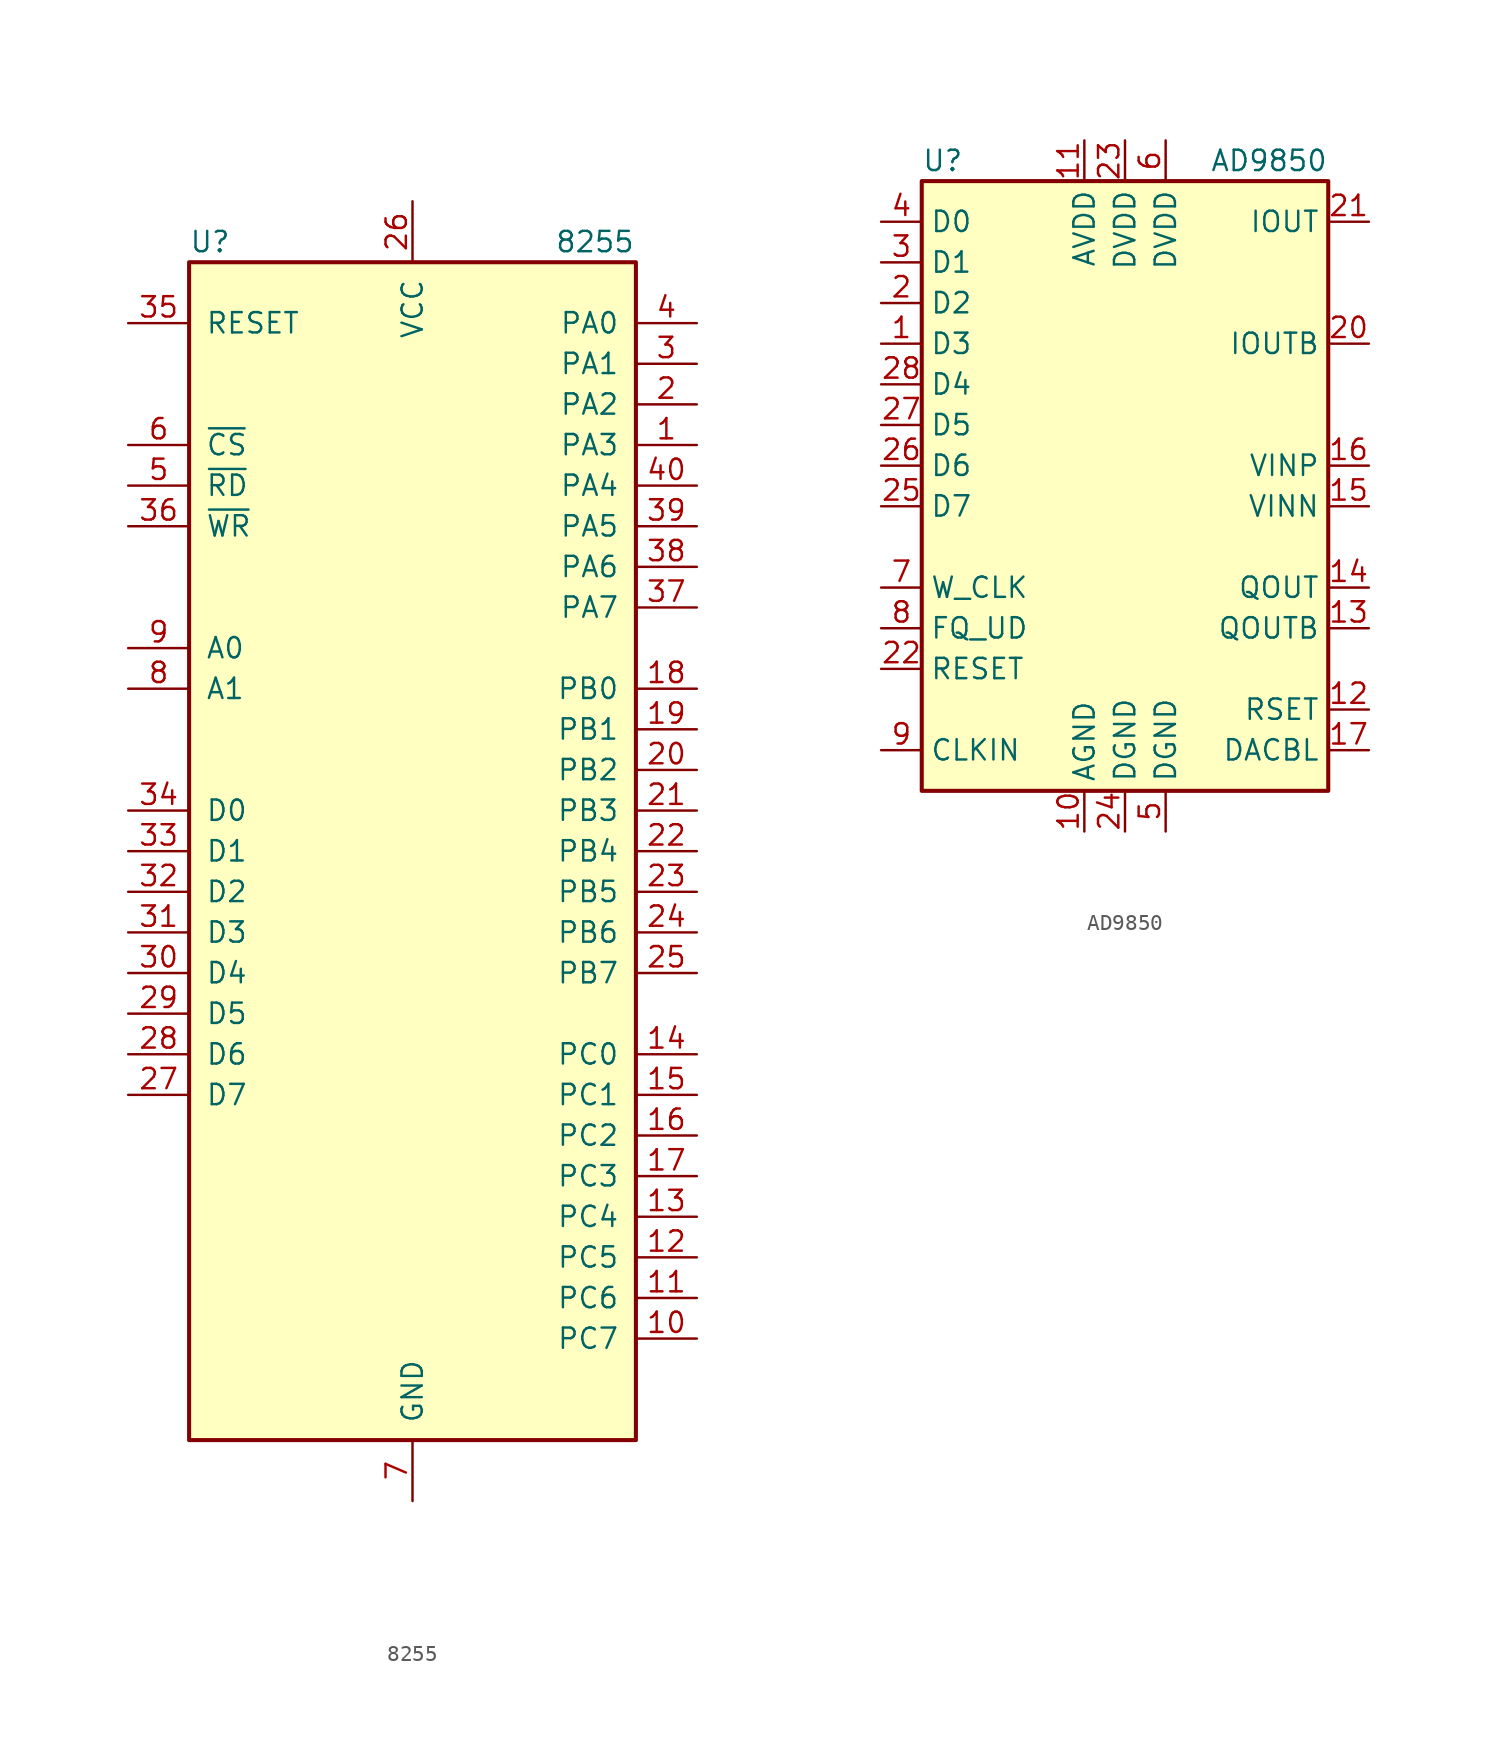
<source format=kicad_sym>
(kicad_symbol_lib
  (version 20201005)
  (generator kicad_symbol_editor)
  (symbol "8255"
    (pin_names
      (offset 1.016))
    (property "Reference" "U"
      (at -13.97 38.1 0)
      (effects (font (size 1.27 1.27)) (justify left)))
    (property "Value" "8255"
      (at 8.89 38.1 0)
      (effects (font (size 1.27 1.27)) (justify left)))
    (symbol "8255_1_1"
      (rectangle (start -13.97 -36.83) (end 13.97 36.83) (stroke (width 0.254)) (fill (type background)))
      (pin bidirectional line (at 17.78 25.4 180) (length 3.81) (name "PA3" (effects (font (size 1.27 1.27)))) (number "1" (effects (font (size 1.27 1.27)))))
      (pin bidirectional line (at 17.78 -30.48 180) (length 3.81) (name "PC7" (effects (font (size 1.27 1.27)))) (number "10" (effects (font (size 1.27 1.27)))))
      (pin bidirectional line (at 17.78 -27.94 180) (length 3.81) (name "PC6" (effects (font (size 1.27 1.27)))) (number "11" (effects (font (size 1.27 1.27)))))
      (pin bidirectional line (at 17.78 -25.4 180) (length 3.81) (name "PC5" (effects (font (size 1.27 1.27)))) (number "12" (effects (font (size 1.27 1.27)))))
      (pin bidirectional line (at 17.78 -22.86 180) (length 3.81) (name "PC4" (effects (font (size 1.27 1.27)))) (number "13" (effects (font (size 1.27 1.27)))))
      (pin bidirectional line (at 17.78 -12.7 180) (length 3.81) (name "PC0" (effects (font (size 1.27 1.27)))) (number "14" (effects (font (size 1.27 1.27)))))
      (pin bidirectional line (at 17.78 -15.24 180) (length 3.81) (name "PC1" (effects (font (size 1.27 1.27)))) (number "15" (effects (font (size 1.27 1.27)))))
      (pin bidirectional line (at 17.78 -17.78 180) (length 3.81) (name "PC2" (effects (font (size 1.27 1.27)))) (number "16" (effects (font (size 1.27 1.27)))))
      (pin bidirectional line (at 17.78 -20.32 180) (length 3.81) (name "PC3" (effects (font (size 1.27 1.27)))) (number "17" (effects (font (size 1.27 1.27)))))
      (pin bidirectional line (at 17.78 10.16 180) (length 3.81) (name "PB0" (effects (font (size 1.27 1.27)))) (number "18" (effects (font (size 1.27 1.27)))))
      (pin bidirectional line (at 17.78 7.62 180) (length 3.81) (name "PB1" (effects (font (size 1.27 1.27)))) (number "19" (effects (font (size 1.27 1.27)))))
      (pin bidirectional line (at 17.78 27.94 180) (length 3.81) (name "PA2" (effects (font (size 1.27 1.27)))) (number "2" (effects (font (size 1.27 1.27)))))
      (pin bidirectional line (at 17.78 5.08 180) (length 3.81) (name "PB2" (effects (font (size 1.27 1.27)))) (number "20" (effects (font (size 1.27 1.27)))))
      (pin bidirectional line (at 17.78 2.54 180) (length 3.81) (name "PB3" (effects (font (size 1.27 1.27)))) (number "21" (effects (font (size 1.27 1.27)))))
      (pin bidirectional line (at 17.78 0 180) (length 3.81) (name "PB4" (effects (font (size 1.27 1.27)))) (number "22" (effects (font (size 1.27 1.27)))))
      (pin bidirectional line (at 17.78 -2.54 180) (length 3.81) (name "PB5" (effects (font (size 1.27 1.27)))) (number "23" (effects (font (size 1.27 1.27)))))
      (pin bidirectional line (at 17.78 -5.08 180) (length 3.81) (name "PB6" (effects (font (size 1.27 1.27)))) (number "24" (effects (font (size 1.27 1.27)))))
      (pin bidirectional line (at 17.78 -7.62 180) (length 3.81) (name "PB7" (effects (font (size 1.27 1.27)))) (number "25" (effects (font (size 1.27 1.27)))))
      (pin power_in line (at 0 40.64 270) (length 3.81) (name "VCC" (effects (font (size 1.27 1.27)))) (number "26" (effects (font (size 1.27 1.27)))))
      (pin bidirectional line (at -17.78 -15.24 0) (length 3.81) (name "D7" (effects (font (size 1.27 1.27)))) (number "27" (effects (font (size 1.27 1.27)))))
      (pin bidirectional line (at -17.78 -12.7 0) (length 3.81) (name "D6" (effects (font (size 1.27 1.27)))) (number "28" (effects (font (size 1.27 1.27)))))
      (pin bidirectional line (at -17.78 -10.16 0) (length 3.81) (name "D5" (effects (font (size 1.27 1.27)))) (number "29" (effects (font (size 1.27 1.27)))))
      (pin bidirectional line (at 17.78 30.48 180) (length 3.81) (name "PA1" (effects (font (size 1.27 1.27)))) (number "3" (effects (font (size 1.27 1.27)))))
      (pin bidirectional line (at -17.78 -7.62 0) (length 3.81) (name "D4" (effects (font (size 1.27 1.27)))) (number "30" (effects (font (size 1.27 1.27)))))
      (pin bidirectional line (at -17.78 -5.08 0) (length 3.81) (name "D3" (effects (font (size 1.27 1.27)))) (number "31" (effects (font (size 1.27 1.27)))))
      (pin bidirectional line (at -17.78 -2.54 0) (length 3.81) (name "D2" (effects (font (size 1.27 1.27)))) (number "32" (effects (font (size 1.27 1.27)))))
      (pin bidirectional line (at -17.78 0 0) (length 3.81) (name "D1" (effects (font (size 1.27 1.27)))) (number "33" (effects (font (size 1.27 1.27)))))
      (pin bidirectional line (at -17.78 2.54 0) (length 3.81) (name "D0" (effects (font (size 1.27 1.27)))) (number "34" (effects (font (size 1.27 1.27)))))
      (pin input line (at -17.78 33.02 0) (length 3.81) (name "RESET" (effects (font (size 1.27 1.27)))) (number "35" (effects (font (size 1.27 1.27)))))
      (pin input line (at -17.78 20.32 0) (length 3.81) (name "~WR~" (effects (font (size 1.27 1.27)))) (number "36" (effects (font (size 1.27 1.27)))))
      (pin bidirectional line (at 17.78 15.24 180) (length 3.81) (name "PA7" (effects (font (size 1.27 1.27)))) (number "37" (effects (font (size 1.27 1.27)))))
      (pin bidirectional line (at 17.78 17.78 180) (length 3.81) (name "PA6" (effects (font (size 1.27 1.27)))) (number "38" (effects (font (size 1.27 1.27)))))
      (pin bidirectional line (at 17.78 20.32 180) (length 3.81) (name "PA5" (effects (font (size 1.27 1.27)))) (number "39" (effects (font (size 1.27 1.27)))))
      (pin bidirectional line (at 17.78 33.02 180) (length 3.81) (name "PA0" (effects (font (size 1.27 1.27)))) (number "4" (effects (font (size 1.27 1.27)))))
      (pin bidirectional line (at 17.78 22.86 180) (length 3.81) (name "PA4" (effects (font (size 1.27 1.27)))) (number "40" (effects (font (size 1.27 1.27)))))
      (pin input line (at -17.78 22.86 0) (length 3.81) (name "~RD~" (effects (font (size 1.27 1.27)))) (number "5" (effects (font (size 1.27 1.27)))))
      (pin input line (at -17.78 25.4 0) (length 3.81) (name "~CS~" (effects (font (size 1.27 1.27)))) (number "6" (effects (font (size 1.27 1.27)))))
      (pin power_in line (at 0 -40.64 90) (length 3.81) (name "GND" (effects (font (size 1.27 1.27)))) (number "7" (effects (font (size 1.27 1.27)))))
      (pin input line (at -17.78 10.16 0) (length 3.81) (name "A1" (effects (font (size 1.27 1.27)))) (number "8" (effects (font (size 1.27 1.27)))))
      (pin input line (at -17.78 12.7 0) (length 3.81) (name "A0" (effects (font (size 1.27 1.27)))) (number "9" (effects (font (size 1.27 1.27)))))))
  (symbol "AD9850"
    (property "Reference" "U"
      (at -12.7 19.05 0)
      (effects (font (size 1.27 1.27)) (justify left)))
    (property "Value" "AD9850"
      (at 12.7 19.05 0)
      (effects (font (size 1.27 1.27)) (justify right)))
    (symbol "AD9850_0_1"
      (rectangle (start -12.7 17.78) (end 12.7 -20.32) (stroke (width 0.254)) (fill (type background))))
    (symbol "AD9850_1_1"
      (pin input line (at -15.24 7.62 0) (length 2.54) (name "D3" (effects (font (size 1.27 1.27)))) (number "1" (effects (font (size 1.27 1.27)))))
      (pin power_in line (at -2.54 -22.86 90) (length 2.54) (name "AGND" (effects (font (size 1.27 1.27)))) (number "10" (effects (font (size 1.27 1.27)))))
      (pin power_in line (at -2.54 20.32 270) (length 2.54) (name "AVDD" (effects (font (size 1.27 1.27)))) (number "11" (effects (font (size 1.27 1.27)))))
      (pin passive line (at 15.24 -15.24 180) (length 2.54) (name "RSET" (effects (font (size 1.27 1.27)))) (number "12" (effects (font (size 1.27 1.27)))))
      (pin output line (at 15.24 -10.16 180) (length 2.54) (name "QOUTB" (effects (font (size 1.27 1.27)))) (number "13" (effects (font (size 1.27 1.27)))))
      (pin output line (at 15.24 -7.62 180) (length 2.54) (name "QOUT" (effects (font (size 1.27 1.27)))) (number "14" (effects (font (size 1.27 1.27)))))
      (pin input line (at 15.24 -2.54 180) (length 2.54) (name "VINN" (effects (font (size 1.27 1.27)))) (number "15" (effects (font (size 1.27 1.27)))))
      (pin input line (at 15.24 0 180) (length 2.54) (name "VINP" (effects (font (size 1.27 1.27)))) (number "16" (effects (font (size 1.27 1.27)))))
      (pin passive line (at 15.24 -17.78 180) (length 2.54) (name "DACBL" (effects (font (size 1.27 1.27)))) (number "17" (effects (font (size 1.27 1.27)))))
      (pin passive line (at -2.54 20.32 270) (length 2.54) hide (name "AVDD" (effects (font (size 1.27 1.27)))) (number "18" (effects (font (size 1.27 1.27)))))
      (pin passive line (at -2.54 -22.86 90) (length 2.54) hide (name "AGND" (effects (font (size 1.27 1.27)))) (number "19" (effects (font (size 1.27 1.27)))))
      (pin input line (at -15.24 10.16 0) (length 2.54) (name "D2" (effects (font (size 1.27 1.27)))) (number "2" (effects (font (size 1.27 1.27)))))
      (pin output line (at 15.24 7.62 180) (length 2.54) (name "IOUTB" (effects (font (size 1.27 1.27)))) (number "20" (effects (font (size 1.27 1.27)))))
      (pin output line (at 15.24 15.24 180) (length 2.54) (name "IOUT" (effects (font (size 1.27 1.27)))) (number "21" (effects (font (size 1.27 1.27)))))
      (pin input line (at -15.24 -12.7 0) (length 2.54) (name "RESET" (effects (font (size 1.27 1.27)))) (number "22" (effects (font (size 1.27 1.27)))))
      (pin power_in line (at 0 20.32 270) (length 2.54) (name "DVDD" (effects (font (size 1.27 1.27)))) (number "23" (effects (font (size 1.27 1.27)))))
      (pin power_in line (at 0 -22.86 90) (length 2.54) (name "DGND" (effects (font (size 1.27 1.27)))) (number "24" (effects (font (size 1.27 1.27)))))
      (pin input line (at -15.24 -2.54 0) (length 2.54) (name "D7" (effects (font (size 1.27 1.27)))) (number "25" (effects (font (size 1.27 1.27)))))
      (pin input line (at -15.24 0 0) (length 2.54) (name "D6" (effects (font (size 1.27 1.27)))) (number "26" (effects (font (size 1.27 1.27)))))
      (pin input line (at -15.24 2.54 0) (length 2.54) (name "D5" (effects (font (size 1.27 1.27)))) (number "27" (effects (font (size 1.27 1.27)))))
      (pin input line (at -15.24 5.08 0) (length 2.54) (name "D4" (effects (font (size 1.27 1.27)))) (number "28" (effects (font (size 1.27 1.27)))))
      (pin input line (at -15.24 12.7 0) (length 2.54) (name "D1" (effects (font (size 1.27 1.27)))) (number "3" (effects (font (size 1.27 1.27)))))
      (pin input line (at -15.24 15.24 0) (length 2.54) (name "D0" (effects (font (size 1.27 1.27)))) (number "4" (effects (font (size 1.27 1.27)))))
      (pin power_in line (at 2.54 -22.86 90) (length 2.54) (name "DGND" (effects (font (size 1.27 1.27)))) (number "5" (effects (font (size 1.27 1.27)))))
      (pin power_in line (at 2.54 20.32 270) (length 2.54) (name "DVDD" (effects (font (size 1.27 1.27)))) (number "6" (effects (font (size 1.27 1.27)))))
      (pin input line (at -15.24 -7.62 0) (length 2.54) (name "W_CLK" (effects (font (size 1.27 1.27)))) (number "7" (effects (font (size 1.27 1.27)))))
      (pin input line (at -15.24 -10.16 0) (length 2.54) (name "FQ_UD" (effects (font (size 1.27 1.27)))) (number "8" (effects (font (size 1.27 1.27)))))
      (pin input line (at -15.24 -17.78 0) (length 2.54) (name "CLKIN" (effects (font (size 1.27 1.27)))) (number "9" (effects (font (size 1.27 1.27))))))))
</source>
